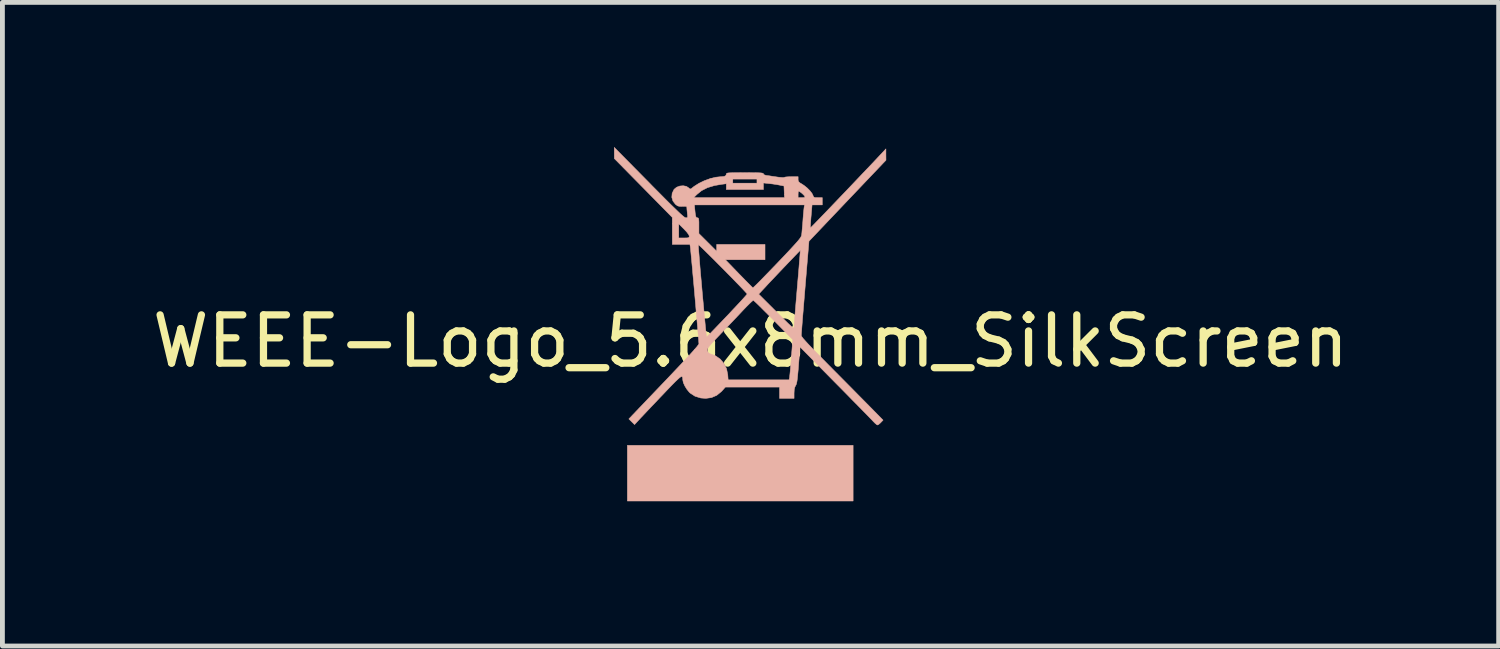
<source format=kicad_pcb>
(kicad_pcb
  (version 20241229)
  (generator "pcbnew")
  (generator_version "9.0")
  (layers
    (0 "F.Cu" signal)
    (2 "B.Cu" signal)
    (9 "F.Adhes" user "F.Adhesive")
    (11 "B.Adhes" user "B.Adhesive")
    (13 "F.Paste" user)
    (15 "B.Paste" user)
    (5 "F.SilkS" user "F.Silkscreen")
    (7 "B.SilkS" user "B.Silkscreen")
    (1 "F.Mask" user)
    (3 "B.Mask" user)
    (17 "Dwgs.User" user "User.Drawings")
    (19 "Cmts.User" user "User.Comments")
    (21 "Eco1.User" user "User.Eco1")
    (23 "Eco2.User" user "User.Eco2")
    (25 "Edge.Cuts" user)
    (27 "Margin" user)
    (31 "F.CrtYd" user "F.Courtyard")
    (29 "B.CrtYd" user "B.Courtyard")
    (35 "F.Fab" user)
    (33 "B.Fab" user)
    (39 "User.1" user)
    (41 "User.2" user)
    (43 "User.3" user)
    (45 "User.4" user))
  (footprint "WEEE-Logo_5.6x8mm_SilkScreen"
    (layer "F.Cu")
    (at 11.414 3.323)
    (property "Reference" "WEEE-Logo_5.6x8mm_SilkScreen" (at 1.092 0.698 0) (layer "F.SilkS") (effects (font (size 1 1) (thickness 0.15))))
    (attr exclude_from_pos_files exclude_from_bom allow_missing_courtyard)
    (fp_poly (pts (xy -1.461 4.011) (xy 3.218 4.011) (xy 3.218 2.857) (xy -1.461 2.857) (xy -1.461 4.011)) (stroke (width 0.01) (type solid)) (fill yes) (layer "B.SilkS"))
    (fp_poly (pts (xy -1.732 -3.203) (xy -1.731 -3.087) (xy -1.13 -2.477) (xy -0.53 -1.867) (xy -0.53 -1.587) (xy -0.529 -1.307) (xy -0.164 -1.307) (xy -0.154 -1.236) (xy -0.151 -1.204) (xy -0.145 -1.143) (xy -0.137 -1.057) (xy -0.127 -0.95) (xy -0.115 -0.825) (xy -0.103 -0.686) (xy -0.089 -0.537) (xy -0.075 -0.381) (xy -0.061 -0.221) (xy -0.047 -0.063) (xy -0.034 0.092) (xy -0.021 0.239) (xy -0.009 0.374) (xy 0.001 0.495) (xy 0.01 0.596) (xy 0.016 0.676) (xy 0.02 0.729) (xy 0.022 0.753) (xy 0.022 0.753) (xy 0.011 0.772) (xy -0.019 0.812) (xy -0.071 0.872) (xy -0.144 0.954) (xy -0.239 1.057) (xy -0.356 1.183) (xy -0.496 1.331) (xy -0.658 1.502) (xy -0.704 1.55) (xy -1.43 2.31) (xy -1.371 2.369) (xy -1.312 2.427) (xy -1.217 2.324) (xy -1.183 2.287) (xy -1.128 2.229) (xy -1.058 2.155) (xy -0.976 2.068) (xy -0.884 1.972) (xy -0.788 1.87) (xy -0.73 1.81) (xy -0.622 1.696) (xy -0.534 1.605) (xy -0.465 1.535) (xy -0.412 1.485) (xy -0.374 1.451) (xy -0.347 1.434) (xy -0.33 1.432) (xy -0.32 1.441) (xy -0.315 1.462) (xy -0.313 1.493) (xy -0.313 1.501) (xy -0.301 1.558) (xy -0.27 1.627) (xy -0.227 1.696) (xy -0.178 1.756) (xy -0.158 1.775) (xy -0.058 1.84) (xy 0.06 1.876) (xy 0.164 1.884) (xy 0.282 1.868) (xy 0.391 1.821) (xy 0.487 1.743) (xy 0.505 1.724) (xy 0.57 1.65) (xy 1.693 1.65) (xy 1.693 1.884) (xy 1.994 1.884) (xy 1.994 1.775) (xy 1.998 1.7) (xy 2.011 1.649) (xy 2.026 1.62) (xy 2.037 1.6) (xy 2.046 1.571) (xy 2.055 1.528) (xy 2.063 1.468) (xy 2.071 1.386) (xy 2.081 1.277) (xy 2.087 1.196) (xy 2.117 0.817) (xy 2.837 1.547) (xy 2.968 1.679) (xy 3.093 1.806) (xy 3.21 1.926) (xy 3.318 2.035) (xy 3.414 2.133) (xy 3.495 2.216) (xy 3.56 2.283) (xy 3.606 2.33) (xy 3.63 2.356) (xy 3.671 2.398) (xy 3.704 2.426) (xy 3.723 2.436) (xy 3.746 2.425) (xy 3.779 2.397) (xy 3.791 2.385) (xy 3.839 2.335) (xy 3.573 2.064) (xy 3.505 1.995) (xy 3.417 1.906) (xy 3.313 1.801) (xy 3.198 1.684) (xy 3.074 1.559) (xy 2.946 1.43) (xy 2.817 1.3) (xy 2.725 1.207) (xy 2.585 1.065) (xy 2.467 0.945) (xy 2.371 0.846) (xy 2.293 0.764) (xy 2.234 0.7) (xy 2.204 0.666) (xy 1.967 0.666) (xy 1.937 1.045) (xy 1.928 1.157) (xy 1.92 1.258) (xy 1.912 1.345) (xy 1.905 1.412) (xy 1.901 1.453) (xy 1.899 1.462) (xy 1.89 1.5) (xy 0.628 1.5) (xy 0.62 1.395) (xy 0.595 1.271) (xy 0.541 1.161) (xy 0.464 1.07) (xy 0.365 1.001) (xy 0.254 0.96) (xy 0.218 0.94) (xy 0.2 0.898) (xy 0.2 0.896) (xy 0.198 0.879) (xy 0.2 0.861) (xy 0.21 0.839) (xy 0.231 0.81) (xy 0.263 0.771) (xy 0.311 0.717) (xy 0.377 0.647) (xy 0.464 0.556) (xy 0.469 0.55) (xy 0.562 0.453) (xy 0.661 0.349) (xy 0.759 0.246) (xy 0.849 0.151) (xy 0.924 0.071) (xy 0.941 0.053) (xy 1.006 -0.015) (xy 1.063 -0.072) (xy 1.109 -0.116) (xy 1.14 -0.143) (xy 1.15 -0.149) (xy 1.166 -0.136) (xy 1.202 -0.103) (xy 1.255 -0.052) (xy 1.324 0.016) (xy 1.404 0.096) (xy 1.494 0.186) (xy 1.567 0.26) (xy 1.967 0.666) (xy 2.204 0.666) (xy 2.19 0.651) (xy 2.162 0.615) (xy 2.147 0.591) (xy 2.144 0.58) (xy 2.145 0.556) (xy 2.149 0.502) (xy 2.155 0.421) (xy 2.163 0.316) (xy 2.173 0.19) (xy 2.185 0.046) (xy 2.198 -0.112) (xy 2.212 -0.282) (xy 2.223 -0.418) (xy 2.287 -1.183) (xy 2.123 -1.183) (xy 2.122 -1.166) (xy 2.119 -1.12) (xy 2.113 -1.047) (xy 2.105 -0.95) (xy 2.096 -0.833) (xy 2.085 -0.7) (xy 2.072 -0.553) (xy 2.06 -0.413) (xy 2.047 -0.254) (xy 2.034 -0.105) (xy 2.023 0.032) (xy 2.013 0.154) (xy 2.005 0.255) (xy 1.999 0.334) (xy 1.995 0.385) (xy 1.994 0.405) (xy 1.993 0.418) (xy 1.986 0.423) (xy 1.973 0.418) (xy 1.95 0.402) (xy 1.916 0.372) (xy 1.867 0.326) (xy 1.802 0.262) (xy 1.717 0.179) (xy 1.628 0.089) (xy 1.261 -0.277) (xy 1.264 -0.28) (xy 1.022 -0.28) (xy 1.011 -0.265) (xy 0.98 -0.229) (xy 0.932 -0.176) (xy 0.871 -0.109) (xy 0.799 -0.032) (xy 0.719 0.053) (xy 0.636 0.142) (xy 0.551 0.231) (xy 0.467 0.319) (xy 0.389 0.4) (xy 0.319 0.473) (xy 0.26 0.534) (xy 0.215 0.578) (xy 0.187 0.605) (xy 0.179 0.61) (xy 0.177 0.593) (xy 0.172 0.545) (xy 0.164 0.47) (xy 0.154 0.371) (xy 0.143 0.251) (xy 0.13 0.112) (xy 0.116 -0.043) (xy 0.1 -0.21) (xy 0.088 -0.345) (xy 0.073 -0.519) (xy 0.058 -0.683) (xy 0.045 -0.835) (xy 0.034 -0.97) (xy 0.025 -1.086) (xy 0.017 -1.18) (xy 0.012 -1.249) (xy 0.01 -1.291) (xy 0.011 -1.301) (xy 0.024 -1.292) (xy 0.057 -1.261) (xy 0.108 -1.213) (xy 0.173 -1.149) (xy 0.25 -1.073) (xy 0.336 -0.988) (xy 0.427 -0.896) (xy 0.521 -0.802) (xy 0.615 -0.706) (xy 0.706 -0.614) (xy 0.79 -0.527) (xy 0.866 -0.449) (xy 0.93 -0.382) (xy 0.979 -0.329) (xy 1.011 -0.294) (xy 1.022 -0.28) (xy 1.264 -0.28) (xy 1.398 -0.423) (xy 1.467 -0.498) (xy 1.546 -0.581) (xy 1.629 -0.669) (xy 1.715 -0.76) (xy 1.8 -0.849) (xy 1.881 -0.934) (xy 1.956 -1.012) (xy 2.02 -1.079) (xy 2.071 -1.132) (xy 2.106 -1.167) (xy 2.122 -1.183) (xy 2.123 -1.183) (xy 2.287 -1.183) (xy 2.303 -1.374) (xy 3.101 -2.214) (xy 3.899 -3.053) (xy 3.898 -3.17) (xy 3.898 -3.288) (xy 3.769 -3.15) (xy 3.697 -3.073) (xy 3.612 -2.983) (xy 3.516 -2.882) (xy 3.411 -2.772) (xy 3.301 -2.656) (xy 3.187 -2.536) (xy 3.071 -2.414) (xy 2.956 -2.294) (xy 2.844 -2.177) (xy 2.737 -2.065) (xy 2.638 -1.962) (xy 2.549 -1.87) (xy 2.472 -1.79) (xy 2.41 -1.726) (xy 2.364 -1.68) (xy 2.338 -1.654) (xy 2.332 -1.649) (xy 2.332 -1.666) (xy 2.334 -1.711) (xy 2.338 -1.777) (xy 2.344 -1.858) (xy 2.347 -1.89) (xy 2.367 -2.126) (xy 2.212 -2.126) (xy 2.204 -2.089) (xy 2.2 -2.059) (xy 2.194 -2.003) (xy 2.187 -1.928) (xy 2.18 -1.841) (xy 2.178 -1.809) (xy 2.171 -1.716) (xy 2.163 -1.63) (xy 2.157 -1.559) (xy 2.152 -1.511) (xy 2.15 -1.502) (xy 2.146 -1.484) (xy 2.136 -1.463) (xy 2.12 -1.437) (xy 2.093 -1.402) (xy 2.056 -1.358) (xy 2.005 -1.301) (xy 1.939 -1.229) (xy 1.856 -1.14) (xy 1.753 -1.031) (xy 1.648 -0.921) (xy 1.543 -0.812) (xy 1.445 -0.711) (xy 1.357 -0.62) (xy 1.281 -0.542) (xy 1.219 -0.48) (xy 1.173 -0.436) (xy 1.147 -0.412) (xy 1.141 -0.409) (xy 1.126 -0.421) (xy 1.092 -0.455) (xy 1.041 -0.506) (xy 0.977 -0.571) (xy 0.903 -0.647) (xy 0.849 -0.702) (xy 0.571 -0.99) (xy 1.392 -0.99) (xy 1.392 -1.307) (xy 0.39 -1.307) (xy 0.39 -1.166) (xy 0.206 -1.349) (xy 0.076 -1.479) (xy -0.178 -1.479) (xy -0.181 -1.459) (xy -0.193 -1.447) (xy -0.223 -1.442) (xy -0.277 -1.441) (xy -0.287 -1.441) (xy -0.396 -1.441) (xy -0.396 -1.733) (xy -0.287 -1.625) (xy -0.226 -1.559) (xy -0.189 -1.509) (xy -0.178 -1.479) (xy 0.076 -1.479) (xy 0.022 -1.532) (xy 0.022 -1.696) (xy 0.022 -1.771) (xy 0.019 -1.818) (xy 0.014 -1.845) (xy 0.004 -1.856) (xy -0.01 -1.859) (xy -0.026 -1.862) (xy -0.038 -1.876) (xy -0.047 -1.906) (xy -0.055 -1.957) (xy -0.063 -2.035) (xy -0.066 -2.064) (xy -0.071 -2.126) (xy 2.212 -2.126) (xy 2.367 -2.126) (xy 2.579 -2.126) (xy 2.579 -2.277) (xy 2.489 -2.277) (xy 2.436 -2.278) (xy 2.408 -2.285) (xy 2.404 -2.289) (xy 2.219 -2.289) (xy 2.21 -2.28) (xy 2.176 -2.277) (xy 2.153 -2.277) (xy 2.078 -2.277) (xy 1.795 -2.277) (xy -0.085 -2.277) (xy -0.021 -2.342) (xy 0.078 -2.422) (xy 0.2 -2.484) (xy 0.347 -2.528) (xy 0.494 -2.553) (xy 0.59 -2.565) (xy 0.59 -2.444) (xy 1.359 -2.444) (xy 1.359 -2.581) (xy 1.472 -2.569) (xy 1.551 -2.56) (xy 1.635 -2.547) (xy 1.685 -2.538) (xy 1.785 -2.518) (xy 1.79 -2.397) (xy 1.795 -2.277) (xy 2.078 -2.277) (xy 2.078 -2.343) (xy 2.08 -2.385) (xy 2.085 -2.409) (xy 2.088 -2.41) (xy 2.112 -2.4) (xy 2.148 -2.374) (xy 2.185 -2.341) (xy 2.21 -2.313) (xy 2.212 -2.309) (xy 2.219 -2.289) (xy 2.404 -2.289) (xy 2.394 -2.301) (xy 2.388 -2.319) (xy 2.365 -2.366) (xy 2.321 -2.422) (xy 2.264 -2.479) (xy 2.2 -2.53) (xy 2.159 -2.557) (xy 2.111 -2.586) (xy 2.087 -2.611) (xy 2.078 -2.64) (xy 2.078 -2.657) (xy 2.078 -2.661) (xy 1.225 -2.661) (xy 1.225 -2.577) (xy 0.724 -2.577) (xy 0.724 -2.661) (xy 1.225 -2.661) (xy 2.078 -2.661) (xy 2.078 -2.711) (xy 1.937 -2.711) (xy 1.872 -2.709) (xy 1.822 -2.705) (xy 1.794 -2.699) (xy 1.791 -2.697) (xy 1.773 -2.693) (xy 1.73 -2.695) (xy 1.668 -2.701) (xy 1.626 -2.707) (xy 1.55 -2.718) (xy 1.481 -2.729) (xy 1.429 -2.736) (xy 1.413 -2.738) (xy 1.373 -2.751) (xy 1.359 -2.77) (xy 1.355 -2.778) (xy 1.339 -2.784) (xy 1.309 -2.789) (xy 1.259 -2.792) (xy 1.188 -2.793) (xy 1.09 -2.794) (xy 0.975 -2.795) (xy 0.852 -2.794) (xy 0.758 -2.794) (xy 0.69 -2.792) (xy 0.643 -2.79) (xy 0.614 -2.786) (xy 0.598 -2.78) (xy 0.592 -2.772) (xy 0.59 -2.763) (xy 0.58 -2.734) (xy 0.547 -2.717) (xy 0.486 -2.711) (xy 0.475 -2.711) (xy 0.371 -2.7) (xy 0.254 -2.671) (xy 0.133 -2.627) (xy 0.02 -2.572) (xy -0.076 -2.511) (xy -0.089 -2.501) (xy -0.129 -2.469) (xy -0.153 -2.456) (xy -0.17 -2.46) (xy -0.187 -2.477) (xy -0.238 -2.511) (xy -0.304 -2.523) (xy -0.375 -2.517) (xy -0.441 -2.492) (xy -0.491 -2.45) (xy -0.495 -2.445) (xy -0.533 -2.366) (xy -0.54 -2.284) (xy -0.517 -2.207) (xy -0.465 -2.139) (xy -0.458 -2.134) (xy -0.421 -2.107) (xy -0.384 -2.096) (xy -0.331 -2.095) (xy -0.317 -2.096) (xy -0.266 -2.097) (xy -0.239 -2.093) (xy -0.229 -2.08) (xy -0.228 -2.068) (xy -0.226 -2.032) (xy -0.221 -1.979) (xy -0.218 -1.947) (xy -0.212 -1.896) (xy -0.215 -1.87) (xy -0.227 -1.86) (xy -0.25 -1.859) (xy -0.263 -1.863) (xy -0.285 -1.877) (xy -0.316 -1.902) (xy -0.359 -1.94) (xy -0.414 -1.992) (xy -0.484 -2.06) (xy -0.571 -2.144) (xy -0.675 -2.248) (xy -0.798 -2.372) (xy -0.943 -2.518) (xy -1.012 -2.589) (xy -1.732 -3.318) (xy -1.732 -3.203)) (stroke (width 0.01) (type solid)) (fill yes) (layer "B.SilkS")))
  (gr_rect
    (start -3 -3)
    (end 28.012 10.339)
    (stroke (width 0.1) (type default))
    (fill no)
    (layer "Edge.Cuts")))
</source>
